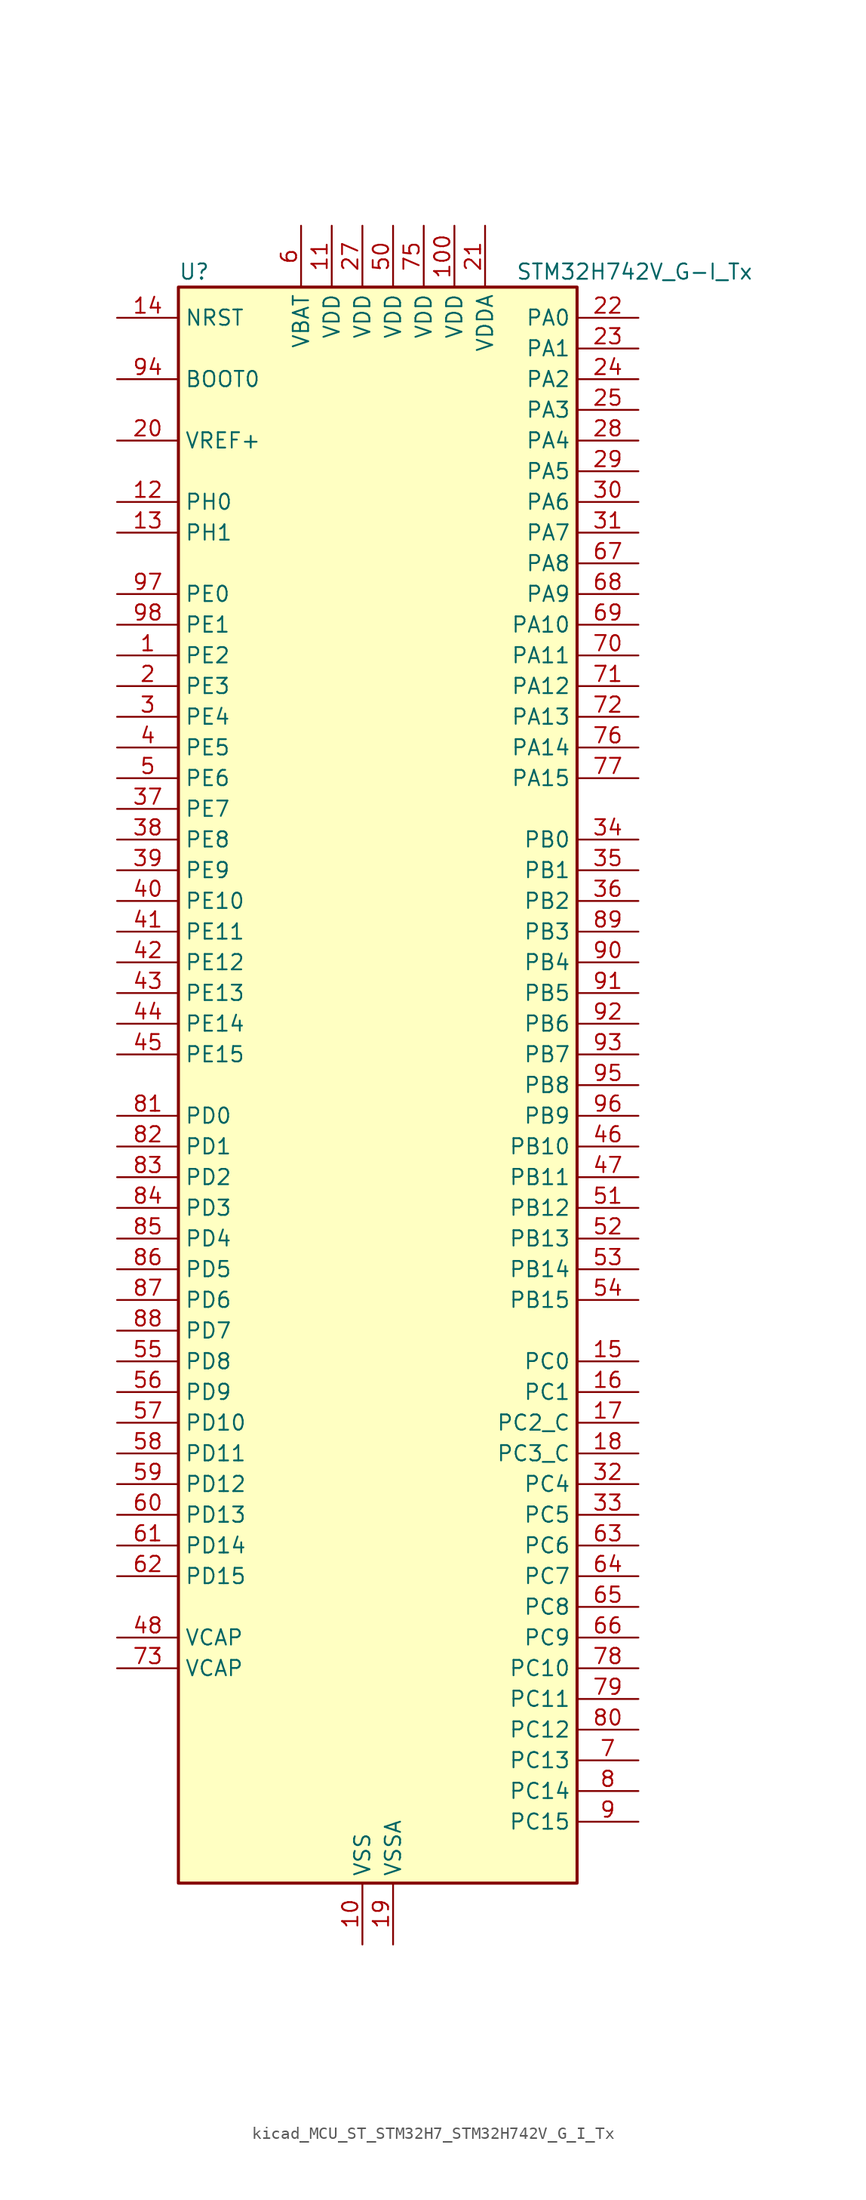
<source format=kicad_sym>
(kicad_symbol_lib
  (version 20220914)
  (generator kicad_symbol_editor)
  (symbol "kicad_MCU_ST_STM32H7_STM32H742V_G_I_Tx"
    (property "Reference" "U"
      (at -15.24 67.31 0)
      (effects (font (size 1.27 1.27)) (justify left)))
    (property "Value" "STM32H742V_G-I_Tx"
      (at 12.7 67.31 0)
      (effects (font (size 1.27 1.27)) (justify left)))
    (property "ki_locked" ""
      (at 0 0 0)
      (effects (font (size 1.27 1.27))))
    (symbol "kicad_MCU_ST_STM32H7_STM32H742V_G_I_Tx_0_1"
      (rectangle (start -15.24 -66.04) (end 17.78 66.04) (stroke (width 0.254) (type default)) (fill (type background))))
    (symbol "kicad_MCU_ST_STM32H7_STM32H742V_G_I_Tx_1_1"
      (pin bidirectional line (at -20.32 35.56 0) (length 5.08) (name "PE2" (effects (font (size 1.27 1.27)))) (number "1" (effects (font (size 1.27 1.27)))) (alternate "DEBUG_TRACECLK" bidirectional line) (alternate "ETH_TXD3" bidirectional line) (alternate "FMC_A23" bidirectional line) (alternate "QUADSPI_BK1_IO2" bidirectional line) (alternate "SAI1_CK1" bidirectional line) (alternate "SAI1_MCLK_A" bidirectional line) (alternate "SAI4_CK1" bidirectional line) (alternate "SAI4_MCLK_A" bidirectional line) (alternate "SPI4_SCK" bidirectional line))
      (pin power_in line (at 0 -71.12 90) (length 5.08) (name "VSS" (effects (font (size 1.27 1.27)))) (number "10" (effects (font (size 1.27 1.27)))))
      (pin power_in line (at 7.62 71.12 270) (length 5.08) (name "VDD" (effects (font (size 1.27 1.27)))) (number "100" (effects (font (size 1.27 1.27)))))
      (pin power_in line (at -2.54 71.12 270) (length 5.08) (name "VDD" (effects (font (size 1.27 1.27)))) (number "11" (effects (font (size 1.27 1.27)))))
      (pin bidirectional line (at -20.32 48.26 0) (length 5.08) (name "PH0" (effects (font (size 1.27 1.27)))) (number "12" (effects (font (size 1.27 1.27)))) (alternate "RCC_OSC_IN" bidirectional line))
      (pin bidirectional line (at -20.32 45.72 0) (length 5.08) (name "PH1" (effects (font (size 1.27 1.27)))) (number "13" (effects (font (size 1.27 1.27)))) (alternate "RCC_OSC_OUT" bidirectional line))
      (pin input line (at -20.32 63.5 0) (length 5.08) (name "NRST" (effects (font (size 1.27 1.27)))) (number "14" (effects (font (size 1.27 1.27)))))
      (pin bidirectional line (at 22.86 -22.86 180) (length 5.08) (name "PC0" (effects (font (size 1.27 1.27)))) (number "15" (effects (font (size 1.27 1.27)))) (alternate "ADC1_INP10" bidirectional line) (alternate "ADC2_INP10" bidirectional line) (alternate "ADC3_INP10" bidirectional line) (alternate "DFSDM1_CKIN0" bidirectional line) (alternate "DFSDM1_DATIN4" bidirectional line) (alternate "FMC_SDNWE" bidirectional line) (alternate "SAI2_FS_B" bidirectional line) (alternate "USB_OTG_HS_ULPI_STP" bidirectional line))
      (pin bidirectional line (at 22.86 -25.4 180) (length 5.08) (name "PC1" (effects (font (size 1.27 1.27)))) (number "16" (effects (font (size 1.27 1.27)))) (alternate "ADC1_INN10" bidirectional line) (alternate "ADC1_INP11" bidirectional line) (alternate "ADC2_INN10" bidirectional line) (alternate "ADC2_INP11" bidirectional line) (alternate "ADC3_INN10" bidirectional line) (alternate "ADC3_INP11" bidirectional line) (alternate "DEBUG_TRACED0" bidirectional line) (alternate "DFSDM1_CKIN4" bidirectional line) (alternate "DFSDM1_DATIN0" bidirectional line) (alternate "ETH_MDC" bidirectional line) (alternate "I2S2_SDO" bidirectional line) (alternate "MDIOS_MDC" bidirectional line) (alternate "PWR_WKUP5" bidirectional line) (alternate "RTC_TAMP3" bidirectional line) (alternate "SAI1_D1" bidirectional line) (alternate "SAI1_SD_A" bidirectional line) (alternate "SAI4_D1" bidirectional line) (alternate "SAI4_SD_A" bidirectional line) (alternate "SDMMC2_CK" bidirectional line) (alternate "SPI2_MOSI" bidirectional line))
      (pin bidirectional line (at 22.86 -27.94 180) (length 5.08) (name "PC2_C" (effects (font (size 1.27 1.27)))) (number "17" (effects (font (size 1.27 1.27)))) (alternate "ADC3_INN1" bidirectional line) (alternate "ADC3_INP0" bidirectional line) (alternate "DFSDM1_CKIN1" bidirectional line) (alternate "DFSDM1_CKOUT" bidirectional line) (alternate "ETH_TXD2" bidirectional line) (alternate "FMC_SDNE0" bidirectional line) (alternate "I2S2_SDI" bidirectional line) (alternate "PWR_CSTOP" bidirectional line) (alternate "SPI2_MISO" bidirectional line) (alternate "USB_OTG_HS_ULPI_DIR" bidirectional line))
      (pin bidirectional line (at 22.86 -30.48 180) (length 5.08) (name "PC3_C" (effects (font (size 1.27 1.27)))) (number "18" (effects (font (size 1.27 1.27)))) (alternate "ADC3_INP1" bidirectional line) (alternate "DFSDM1_DATIN1" bidirectional line) (alternate "ETH_TX_CLK" bidirectional line) (alternate "FMC_SDCKE0" bidirectional line) (alternate "I2S2_SDO" bidirectional line) (alternate "PWR_CSLEEP" bidirectional line) (alternate "SPI2_MOSI" bidirectional line) (alternate "USB_OTG_HS_ULPI_NXT" bidirectional line))
      (pin power_in line (at 2.54 -71.12 90) (length 5.08) (name "VSSA" (effects (font (size 1.27 1.27)))) (number "19" (effects (font (size 1.27 1.27)))))
      (pin bidirectional line (at -20.32 33.02 0) (length 5.08) (name "PE3" (effects (font (size 1.27 1.27)))) (number "2" (effects (font (size 1.27 1.27)))) (alternate "DEBUG_TRACED0" bidirectional line) (alternate "FMC_A19" bidirectional line) (alternate "SAI1_SD_B" bidirectional line) (alternate "SAI4_SD_B" bidirectional line) (alternate "TIM15_BKIN" bidirectional line))
      (pin input line (at -20.32 53.34 0) (length 5.08) (name "VREF+" (effects (font (size 1.27 1.27)))) (number "20" (effects (font (size 1.27 1.27)))) (alternate "VREFBUF_OUT" bidirectional line))
      (pin power_in line (at 10.16 71.12 270) (length 5.08) (name "VDDA" (effects (font (size 1.27 1.27)))) (number "21" (effects (font (size 1.27 1.27)))))
      (pin bidirectional line (at 22.86 63.5 180) (length 5.08) (name "PA0" (effects (font (size 1.27 1.27)))) (number "22" (effects (font (size 1.27 1.27)))) (alternate "ADC1_INP16" bidirectional line) (alternate "ETH_CRS" bidirectional line) (alternate "PWR_WKUP0" bidirectional line) (alternate "SAI2_SD_B" bidirectional line) (alternate "SDMMC2_CMD" bidirectional line) (alternate "TIM15_BKIN" bidirectional line) (alternate "TIM2_CH1" bidirectional line) (alternate "TIM2_ETR" bidirectional line) (alternate "TIM5_CH1" bidirectional line) (alternate "TIM8_ETR" bidirectional line) (alternate "UART4_TX" bidirectional line) (alternate "USART2_CTS" bidirectional line) (alternate "USART2_NSS" bidirectional line))
      (pin bidirectional line (at 22.86 60.96 180) (length 5.08) (name "PA1" (effects (font (size 1.27 1.27)))) (number "23" (effects (font (size 1.27 1.27)))) (alternate "ADC1_INN16" bidirectional line) (alternate "ADC1_INP17" bidirectional line) (alternate "ETH_REF_CLK" bidirectional line) (alternate "ETH_RX_CLK" bidirectional line) (alternate "LPTIM3_OUT" bidirectional line) (alternate "QUADSPI_BK1_IO3" bidirectional line) (alternate "SAI2_MCLK_B" bidirectional line) (alternate "TIM15_CH1N" bidirectional line) (alternate "TIM2_CH2" bidirectional line) (alternate "TIM5_CH2" bidirectional line) (alternate "UART4_RX" bidirectional line) (alternate "USART2_DE" bidirectional line) (alternate "USART2_RTS" bidirectional line))
      (pin bidirectional line (at 22.86 58.42 180) (length 5.08) (name "PA2" (effects (font (size 1.27 1.27)))) (number "24" (effects (font (size 1.27 1.27)))) (alternate "ADC1_INP14" bidirectional line) (alternate "ADC2_INP14" bidirectional line) (alternate "ETH_MDIO" bidirectional line) (alternate "LPTIM4_OUT" bidirectional line) (alternate "MDIOS_MDIO" bidirectional line) (alternate "PWR_WKUP1" bidirectional line) (alternate "SAI2_SCK_B" bidirectional line) (alternate "TIM15_CH1" bidirectional line) (alternate "TIM2_CH3" bidirectional line) (alternate "TIM5_CH3" bidirectional line) (alternate "USART2_TX" bidirectional line))
      (pin bidirectional line (at 22.86 55.88 180) (length 5.08) (name "PA3" (effects (font (size 1.27 1.27)))) (number "25" (effects (font (size 1.27 1.27)))) (alternate "ADC1_INP15" bidirectional line) (alternate "ADC2_INP15" bidirectional line) (alternate "ETH_COL" bidirectional line) (alternate "LPTIM5_OUT" bidirectional line) (alternate "TIM15_CH2" bidirectional line) (alternate "TIM2_CH4" bidirectional line) (alternate "TIM5_CH4" bidirectional line) (alternate "USART2_RX" bidirectional line) (alternate "USB_OTG_HS_ULPI_D0" bidirectional line))
      (pin passive line (at 0 -71.12 90) (length 5.08) hide (name "VSS" (effects (font (size 1.27 1.27)))) (number "26" (effects (font (size 1.27 1.27)))))
      (pin power_in line (at 0 71.12 270) (length 5.08) (name "VDD" (effects (font (size 1.27 1.27)))) (number "27" (effects (font (size 1.27 1.27)))))
      (pin bidirectional line (at 22.86 53.34 180) (length 5.08) (name "PA4" (effects (font (size 1.27 1.27)))) (number "28" (effects (font (size 1.27 1.27)))) (alternate "ADC1_INP18" bidirectional line) (alternate "ADC2_INP18" bidirectional line) (alternate "DAC1_OUT1" bidirectional line) (alternate "DCMI_HSYNC" bidirectional line) (alternate "I2S1_WS" bidirectional line) (alternate "I2S3_WS" bidirectional line) (alternate "SPI1_NSS" bidirectional line) (alternate "SPI3_NSS" bidirectional line) (alternate "SPI6_NSS" bidirectional line) (alternate "TIM5_ETR" bidirectional line) (alternate "USART2_CK" bidirectional line) (alternate "USB_OTG_HS_SOF" bidirectional line))
      (pin bidirectional line (at 22.86 50.8 180) (length 5.08) (name "PA5" (effects (font (size 1.27 1.27)))) (number "29" (effects (font (size 1.27 1.27)))) (alternate "ADC1_INN18" bidirectional line) (alternate "ADC1_INP19" bidirectional line) (alternate "ADC2_INN18" bidirectional line) (alternate "ADC2_INP19" bidirectional line) (alternate "DAC1_OUT2" bidirectional line) (alternate "I2S1_CK" bidirectional line) (alternate "PWR_NDSTOP2" bidirectional line) (alternate "SPI1_SCK" bidirectional line) (alternate "SPI6_SCK" bidirectional line) (alternate "TIM2_CH1" bidirectional line) (alternate "TIM2_ETR" bidirectional line) (alternate "TIM8_CH1N" bidirectional line) (alternate "USB_OTG_HS_ULPI_CK" bidirectional line))
      (pin bidirectional line (at -20.32 30.48 0) (length 5.08) (name "PE4" (effects (font (size 1.27 1.27)))) (number "3" (effects (font (size 1.27 1.27)))) (alternate "DCMI_D4" bidirectional line) (alternate "DEBUG_TRACED1" bidirectional line) (alternate "DFSDM1_DATIN3" bidirectional line) (alternate "FMC_A20" bidirectional line) (alternate "SAI1_D2" bidirectional line) (alternate "SAI1_FS_A" bidirectional line) (alternate "SAI4_D2" bidirectional line) (alternate "SAI4_FS_A" bidirectional line) (alternate "SPI4_NSS" bidirectional line) (alternate "TIM15_CH1N" bidirectional line))
      (pin bidirectional line (at 22.86 48.26 180) (length 5.08) (name "PA6" (effects (font (size 1.27 1.27)))) (number "30" (effects (font (size 1.27 1.27)))) (alternate "ADC1_INP3" bidirectional line) (alternate "ADC2_INP3" bidirectional line) (alternate "DCMI_PIXCLK" bidirectional line) (alternate "I2S1_SDI" bidirectional line) (alternate "MDIOS_MDC" bidirectional line) (alternate "SPI1_MISO" bidirectional line) (alternate "SPI6_MISO" bidirectional line) (alternate "TIM13_CH1" bidirectional line) (alternate "TIM1_BKIN" bidirectional line) (alternate "TIM1_BKIN_COMP1" bidirectional line) (alternate "TIM1_BKIN_COMP2" bidirectional line) (alternate "TIM3_CH1" bidirectional line) (alternate "TIM8_BKIN" bidirectional line) (alternate "TIM8_BKIN_COMP1" bidirectional line) (alternate "TIM8_BKIN_COMP2" bidirectional line))
      (pin bidirectional line (at 22.86 45.72 180) (length 5.08) (name "PA7" (effects (font (size 1.27 1.27)))) (number "31" (effects (font (size 1.27 1.27)))) (alternate "ADC1_INN3" bidirectional line) (alternate "ADC1_INP7" bidirectional line) (alternate "ADC2_INN3" bidirectional line) (alternate "ADC2_INP7" bidirectional line) (alternate "ETH_CRS_DV" bidirectional line) (alternate "ETH_RX_DV" bidirectional line) (alternate "FMC_SDNWE" bidirectional line) (alternate "I2S1_SDO" bidirectional line) (alternate "OPAMP1_VINM" bidirectional line) (alternate "OPAMP1_VINM1" bidirectional line) (alternate "SPI1_MOSI" bidirectional line) (alternate "SPI6_MOSI" bidirectional line) (alternate "TIM14_CH1" bidirectional line) (alternate "TIM1_CH1N" bidirectional line) (alternate "TIM3_CH2" bidirectional line) (alternate "TIM8_CH1N" bidirectional line))
      (pin bidirectional line (at 22.86 -33.02 180) (length 5.08) (name "PC4" (effects (font (size 1.27 1.27)))) (number "32" (effects (font (size 1.27 1.27)))) (alternate "ADC1_INP4" bidirectional line) (alternate "ADC2_INP4" bidirectional line) (alternate "COMP1_INM" bidirectional line) (alternate "DFSDM1_CKIN2" bidirectional line) (alternate "ETH_RXD0" bidirectional line) (alternate "FMC_SDNE0" bidirectional line) (alternate "I2S1_MCK" bidirectional line) (alternate "OPAMP1_VOUT" bidirectional line) (alternate "SPDIFRX1_IN2" bidirectional line))
      (pin bidirectional line (at 22.86 -35.56 180) (length 5.08) (name "PC5" (effects (font (size 1.27 1.27)))) (number "33" (effects (font (size 1.27 1.27)))) (alternate "ADC1_INN4" bidirectional line) (alternate "ADC1_INP8" bidirectional line) (alternate "ADC2_INN4" bidirectional line) (alternate "ADC2_INP8" bidirectional line) (alternate "COMP1_OUT" bidirectional line) (alternate "DFSDM1_DATIN2" bidirectional line) (alternate "ETH_RXD1" bidirectional line) (alternate "FMC_SDCKE0" bidirectional line) (alternate "OPAMP1_VINM" bidirectional line) (alternate "OPAMP1_VINM0" bidirectional line) (alternate "SAI1_D3" bidirectional line) (alternate "SAI4_D3" bidirectional line) (alternate "SPDIFRX1_IN3" bidirectional line))
      (pin bidirectional line (at 22.86 20.32 180) (length 5.08) (name "PB0" (effects (font (size 1.27 1.27)))) (number "34" (effects (font (size 1.27 1.27)))) (alternate "ADC1_INN5" bidirectional line) (alternate "ADC1_INP9" bidirectional line) (alternate "ADC2_INN5" bidirectional line) (alternate "ADC2_INP9" bidirectional line) (alternate "COMP1_INP" bidirectional line) (alternate "DFSDM1_CKOUT" bidirectional line) (alternate "ETH_RXD2" bidirectional line) (alternate "OPAMP1_VINP" bidirectional line) (alternate "TIM1_CH2N" bidirectional line) (alternate "TIM3_CH3" bidirectional line) (alternate "TIM8_CH2N" bidirectional line) (alternate "UART4_CTS" bidirectional line) (alternate "USB_OTG_HS_ULPI_D1" bidirectional line))
      (pin bidirectional line (at 22.86 17.78 180) (length 5.08) (name "PB1" (effects (font (size 1.27 1.27)))) (number "35" (effects (font (size 1.27 1.27)))) (alternate "ADC1_INP5" bidirectional line) (alternate "ADC2_INP5" bidirectional line) (alternate "COMP1_INM" bidirectional line) (alternate "DFSDM1_DATIN1" bidirectional line) (alternate "ETH_RXD3" bidirectional line) (alternate "TIM1_CH3N" bidirectional line) (alternate "TIM3_CH4" bidirectional line) (alternate "TIM8_CH3N" bidirectional line) (alternate "USB_OTG_HS_ULPI_D2" bidirectional line))
      (pin bidirectional line (at 22.86 15.24 180) (length 5.08) (name "PB2" (effects (font (size 1.27 1.27)))) (number "36" (effects (font (size 1.27 1.27)))) (alternate "COMP1_INP" bidirectional line) (alternate "DFSDM1_CKIN1" bidirectional line) (alternate "I2S3_SDO" bidirectional line) (alternate "QUADSPI_CLK" bidirectional line) (alternate "RTC_OUT_ALARM" bidirectional line) (alternate "RTC_OUT_CALIB" bidirectional line) (alternate "SAI1_D1" bidirectional line) (alternate "SAI1_SD_A" bidirectional line) (alternate "SAI4_D1" bidirectional line) (alternate "SAI4_SD_A" bidirectional line) (alternate "SPI3_MOSI" bidirectional line))
      (pin bidirectional line (at -20.32 22.86 0) (length 5.08) (name "PE7" (effects (font (size 1.27 1.27)))) (number "37" (effects (font (size 1.27 1.27)))) (alternate "COMP2_INM" bidirectional line) (alternate "DFSDM1_DATIN2" bidirectional line) (alternate "FMC_D4" bidirectional line) (alternate "FMC_DA4" bidirectional line) (alternate "OPAMP2_VOUT" bidirectional line) (alternate "QUADSPI_BK2_IO0" bidirectional line) (alternate "TIM1_ETR" bidirectional line) (alternate "UART7_RX" bidirectional line))
      (pin bidirectional line (at -20.32 20.32 0) (length 5.08) (name "PE8" (effects (font (size 1.27 1.27)))) (number "38" (effects (font (size 1.27 1.27)))) (alternate "COMP2_OUT" bidirectional line) (alternate "DFSDM1_CKIN2" bidirectional line) (alternate "FMC_D5" bidirectional line) (alternate "FMC_DA5" bidirectional line) (alternate "OPAMP2_VINM" bidirectional line) (alternate "OPAMP2_VINM0" bidirectional line) (alternate "QUADSPI_BK2_IO1" bidirectional line) (alternate "TIM1_CH1N" bidirectional line) (alternate "UART7_TX" bidirectional line))
      (pin bidirectional line (at -20.32 17.78 0) (length 5.08) (name "PE9" (effects (font (size 1.27 1.27)))) (number "39" (effects (font (size 1.27 1.27)))) (alternate "COMP2_INP" bidirectional line) (alternate "DAC1_EXTI9" bidirectional line) (alternate "DFSDM1_CKOUT" bidirectional line) (alternate "FMC_D6" bidirectional line) (alternate "FMC_DA6" bidirectional line) (alternate "OPAMP2_VINP" bidirectional line) (alternate "QUADSPI_BK2_IO2" bidirectional line) (alternate "TIM1_CH1" bidirectional line) (alternate "UART7_DE" bidirectional line) (alternate "UART7_RTS" bidirectional line))
      (pin bidirectional line (at -20.32 27.94 0) (length 5.08) (name "PE5" (effects (font (size 1.27 1.27)))) (number "4" (effects (font (size 1.27 1.27)))) (alternate "DCMI_D6" bidirectional line) (alternate "DEBUG_TRACED2" bidirectional line) (alternate "DFSDM1_CKIN3" bidirectional line) (alternate "FMC_A21" bidirectional line) (alternate "SAI1_CK2" bidirectional line) (alternate "SAI1_SCK_A" bidirectional line) (alternate "SAI4_CK2" bidirectional line) (alternate "SAI4_SCK_A" bidirectional line) (alternate "SPI4_MISO" bidirectional line) (alternate "TIM15_CH1" bidirectional line))
      (pin bidirectional line (at -20.32 15.24 0) (length 5.08) (name "PE10" (effects (font (size 1.27 1.27)))) (number "40" (effects (font (size 1.27 1.27)))) (alternate "COMP2_INM" bidirectional line) (alternate "DFSDM1_DATIN4" bidirectional line) (alternate "FMC_D7" bidirectional line) (alternate "FMC_DA7" bidirectional line) (alternate "QUADSPI_BK2_IO3" bidirectional line) (alternate "TIM1_CH2N" bidirectional line) (alternate "UART7_CTS" bidirectional line))
      (pin bidirectional line (at -20.32 12.7 0) (length 5.08) (name "PE11" (effects (font (size 1.27 1.27)))) (number "41" (effects (font (size 1.27 1.27)))) (alternate "ADC1_EXTI11" bidirectional line) (alternate "ADC2_EXTI11" bidirectional line) (alternate "ADC3_EXTI11" bidirectional line) (alternate "COMP2_INP" bidirectional line) (alternate "DFSDM1_CKIN4" bidirectional line) (alternate "FMC_D8" bidirectional line) (alternate "FMC_DA8" bidirectional line) (alternate "SAI2_SD_B" bidirectional line) (alternate "SPI4_NSS" bidirectional line) (alternate "TIM1_CH2" bidirectional line))
      (pin bidirectional line (at -20.32 10.16 0) (length 5.08) (name "PE12" (effects (font (size 1.27 1.27)))) (number "42" (effects (font (size 1.27 1.27)))) (alternate "COMP1_OUT" bidirectional line) (alternate "DFSDM1_DATIN5" bidirectional line) (alternate "FMC_D9" bidirectional line) (alternate "FMC_DA9" bidirectional line) (alternate "SAI2_SCK_B" bidirectional line) (alternate "SPI4_SCK" bidirectional line) (alternate "TIM1_CH3N" bidirectional line))
      (pin bidirectional line (at -20.32 7.62 0) (length 5.08) (name "PE13" (effects (font (size 1.27 1.27)))) (number "43" (effects (font (size 1.27 1.27)))) (alternate "COMP2_OUT" bidirectional line) (alternate "DFSDM1_CKIN5" bidirectional line) (alternate "FMC_D10" bidirectional line) (alternate "FMC_DA10" bidirectional line) (alternate "SAI2_FS_B" bidirectional line) (alternate "SPI4_MISO" bidirectional line) (alternate "TIM1_CH3" bidirectional line))
      (pin bidirectional line (at -20.32 5.08 0) (length 5.08) (name "PE14" (effects (font (size 1.27 1.27)))) (number "44" (effects (font (size 1.27 1.27)))) (alternate "FMC_D11" bidirectional line) (alternate "FMC_DA11" bidirectional line) (alternate "SAI2_MCLK_B" bidirectional line) (alternate "SPI4_MOSI" bidirectional line) (alternate "TIM1_CH4" bidirectional line))
      (pin bidirectional line (at -20.32 2.54 0) (length 5.08) (name "PE15" (effects (font (size 1.27 1.27)))) (number "45" (effects (font (size 1.27 1.27)))) (alternate "ADC1_EXTI15" bidirectional line) (alternate "ADC2_EXTI15" bidirectional line) (alternate "ADC3_EXTI15" bidirectional line) (alternate "FMC_D12" bidirectional line) (alternate "FMC_DA12" bidirectional line) (alternate "TIM1_BKIN" bidirectional line) (alternate "TIM1_BKIN_COMP1" bidirectional line) (alternate "TIM1_BKIN_COMP2" bidirectional line))
      (pin bidirectional line (at 22.86 -5.08 180) (length 5.08) (name "PB10" (effects (font (size 1.27 1.27)))) (number "46" (effects (font (size 1.27 1.27)))) (alternate "DFSDM1_DATIN7" bidirectional line) (alternate "ETH_RX_ER" bidirectional line) (alternate "HRTIM_SCOUT" bidirectional line) (alternate "I2C2_SCL" bidirectional line) (alternate "I2S2_CK" bidirectional line) (alternate "LPTIM2_IN1" bidirectional line) (alternate "QUADSPI_BK1_NCS" bidirectional line) (alternate "SPI2_SCK" bidirectional line) (alternate "TIM2_CH3" bidirectional line) (alternate "USART3_TX" bidirectional line) (alternate "USB_OTG_HS_ULPI_D3" bidirectional line))
      (pin bidirectional line (at 22.86 -7.62 180) (length 5.08) (name "PB11" (effects (font (size 1.27 1.27)))) (number "47" (effects (font (size 1.27 1.27)))) (alternate "ADC1_EXTI11" bidirectional line) (alternate "ADC2_EXTI11" bidirectional line) (alternate "ADC3_EXTI11" bidirectional line) (alternate "DFSDM1_CKIN7" bidirectional line) (alternate "ETH_TX_EN" bidirectional line) (alternate "HRTIM_SCIN" bidirectional line) (alternate "I2C2_SDA" bidirectional line) (alternate "LPTIM2_ETR" bidirectional line) (alternate "TIM2_CH4" bidirectional line) (alternate "USART3_RX" bidirectional line) (alternate "USB_OTG_HS_ULPI_D4" bidirectional line))
      (pin power_out line (at -20.32 -45.72 0) (length 5.08) (name "VCAP" (effects (font (size 1.27 1.27)))) (number "48" (effects (font (size 1.27 1.27)))))
      (pin passive line (at 0 -71.12 90) (length 5.08) hide (name "VSS" (effects (font (size 1.27 1.27)))) (number "49" (effects (font (size 1.27 1.27)))))
      (pin bidirectional line (at -20.32 25.4 0) (length 5.08) (name "PE6" (effects (font (size 1.27 1.27)))) (number "5" (effects (font (size 1.27 1.27)))) (alternate "DCMI_D7" bidirectional line) (alternate "DEBUG_TRACED3" bidirectional line) (alternate "FMC_A22" bidirectional line) (alternate "SAI1_D1" bidirectional line) (alternate "SAI1_SD_A" bidirectional line) (alternate "SAI2_MCLK_B" bidirectional line) (alternate "SAI4_D1" bidirectional line) (alternate "SAI4_SD_A" bidirectional line) (alternate "SPI4_MOSI" bidirectional line) (alternate "TIM15_CH2" bidirectional line) (alternate "TIM1_BKIN2" bidirectional line) (alternate "TIM1_BKIN2_COMP1" bidirectional line) (alternate "TIM1_BKIN2_COMP2" bidirectional line))
      (pin power_in line (at 2.54 71.12 270) (length 5.08) (name "VDD" (effects (font (size 1.27 1.27)))) (number "50" (effects (font (size 1.27 1.27)))))
      (pin bidirectional line (at 22.86 -10.16 180) (length 5.08) (name "PB12" (effects (font (size 1.27 1.27)))) (number "51" (effects (font (size 1.27 1.27)))) (alternate "DFSDM1_DATIN1" bidirectional line) (alternate "ETH_TXD0" bidirectional line) (alternate "FDCAN2_RX" bidirectional line) (alternate "I2C2_SMBA" bidirectional line) (alternate "I2S2_WS" bidirectional line) (alternate "SPI2_NSS" bidirectional line) (alternate "TIM1_BKIN" bidirectional line) (alternate "TIM1_BKIN_COMP1" bidirectional line) (alternate "TIM1_BKIN_COMP2" bidirectional line) (alternate "UART5_RX" bidirectional line) (alternate "USART3_CK" bidirectional line) (alternate "USB_OTG_HS_ID" bidirectional line) (alternate "USB_OTG_HS_ULPI_D5" bidirectional line))
      (pin bidirectional line (at 22.86 -12.7 180) (length 5.08) (name "PB13" (effects (font (size 1.27 1.27)))) (number "52" (effects (font (size 1.27 1.27)))) (alternate "DFSDM1_CKIN1" bidirectional line) (alternate "ETH_TXD1" bidirectional line) (alternate "FDCAN2_TX" bidirectional line) (alternate "I2S2_CK" bidirectional line) (alternate "LPTIM2_OUT" bidirectional line) (alternate "SPI2_SCK" bidirectional line) (alternate "TIM1_CH1N" bidirectional line) (alternate "UART5_TX" bidirectional line) (alternate "USART3_CTS" bidirectional line) (alternate "USART3_NSS" bidirectional line) (alternate "USB_OTG_HS_ULPI_D6" bidirectional line) (alternate "USB_OTG_HS_VBUS" bidirectional line))
      (pin bidirectional line (at 22.86 -15.24 180) (length 5.08) (name "PB14" (effects (font (size 1.27 1.27)))) (number "53" (effects (font (size 1.27 1.27)))) (alternate "DFSDM1_DATIN2" bidirectional line) (alternate "I2S2_SDI" bidirectional line) (alternate "SDMMC2_D0" bidirectional line) (alternate "SPI2_MISO" bidirectional line) (alternate "TIM12_CH1" bidirectional line) (alternate "TIM1_CH2N" bidirectional line) (alternate "TIM8_CH2N" bidirectional line) (alternate "UART4_DE" bidirectional line) (alternate "UART4_RTS" bidirectional line) (alternate "USART1_TX" bidirectional line) (alternate "USART3_DE" bidirectional line) (alternate "USART3_RTS" bidirectional line) (alternate "USB_OTG_HS_DM" bidirectional line))
      (pin bidirectional line (at 22.86 -17.78 180) (length 5.08) (name "PB15" (effects (font (size 1.27 1.27)))) (number "54" (effects (font (size 1.27 1.27)))) (alternate "ADC1_EXTI15" bidirectional line) (alternate "ADC2_EXTI15" bidirectional line) (alternate "ADC3_EXTI15" bidirectional line) (alternate "DFSDM1_CKIN2" bidirectional line) (alternate "I2S2_SDO" bidirectional line) (alternate "RTC_REFIN" bidirectional line) (alternate "SDMMC2_D1" bidirectional line) (alternate "SPI2_MOSI" bidirectional line) (alternate "TIM12_CH2" bidirectional line) (alternate "TIM1_CH3N" bidirectional line) (alternate "TIM8_CH3N" bidirectional line) (alternate "UART4_CTS" bidirectional line) (alternate "USART1_RX" bidirectional line) (alternate "USB_OTG_HS_DP" bidirectional line))
      (pin bidirectional line (at -20.32 -22.86 0) (length 5.08) (name "PD8" (effects (font (size 1.27 1.27)))) (number "55" (effects (font (size 1.27 1.27)))) (alternate "DFSDM1_CKIN3" bidirectional line) (alternate "FMC_D13" bidirectional line) (alternate "FMC_DA13" bidirectional line) (alternate "SAI3_SCK_B" bidirectional line) (alternate "SPDIFRX1_IN1" bidirectional line) (alternate "USART3_TX" bidirectional line))
      (pin bidirectional line (at -20.32 -25.4 0) (length 5.08) (name "PD9" (effects (font (size 1.27 1.27)))) (number "56" (effects (font (size 1.27 1.27)))) (alternate "DAC1_EXTI9" bidirectional line) (alternate "DFSDM1_DATIN3" bidirectional line) (alternate "FMC_D14" bidirectional line) (alternate "FMC_DA14" bidirectional line) (alternate "SAI3_SD_B" bidirectional line) (alternate "USART3_RX" bidirectional line))
      (pin bidirectional line (at -20.32 -27.94 0) (length 5.08) (name "PD10" (effects (font (size 1.27 1.27)))) (number "57" (effects (font (size 1.27 1.27)))) (alternate "DFSDM1_CKOUT" bidirectional line) (alternate "FMC_D15" bidirectional line) (alternate "FMC_DA15" bidirectional line) (alternate "SAI3_FS_B" bidirectional line) (alternate "USART3_CK" bidirectional line))
      (pin bidirectional line (at -20.32 -30.48 0) (length 5.08) (name "PD11" (effects (font (size 1.27 1.27)))) (number "58" (effects (font (size 1.27 1.27)))) (alternate "ADC1_EXTI11" bidirectional line) (alternate "ADC2_EXTI11" bidirectional line) (alternate "ADC3_EXTI11" bidirectional line) (alternate "FMC_A16" bidirectional line) (alternate "FMC_CLE" bidirectional line) (alternate "I2C4_SMBA" bidirectional line) (alternate "LPTIM2_IN2" bidirectional line) (alternate "QUADSPI_BK1_IO0" bidirectional line) (alternate "SAI2_SD_A" bidirectional line) (alternate "USART3_CTS" bidirectional line) (alternate "USART3_NSS" bidirectional line))
      (pin bidirectional line (at -20.32 -33.02 0) (length 5.08) (name "PD12" (effects (font (size 1.27 1.27)))) (number "59" (effects (font (size 1.27 1.27)))) (alternate "FMC_A17" bidirectional line) (alternate "FMC_ALE" bidirectional line) (alternate "I2C4_SCL" bidirectional line) (alternate "LPTIM1_IN1" bidirectional line) (alternate "LPTIM2_IN1" bidirectional line) (alternate "QUADSPI_BK1_IO1" bidirectional line) (alternate "SAI2_FS_A" bidirectional line) (alternate "TIM4_CH1" bidirectional line) (alternate "USART3_DE" bidirectional line) (alternate "USART3_RTS" bidirectional line))
      (pin power_in line (at -5.08 71.12 270) (length 5.08) (name "VBAT" (effects (font (size 1.27 1.27)))) (number "6" (effects (font (size 1.27 1.27)))))
      (pin bidirectional line (at -20.32 -35.56 0) (length 5.08) (name "PD13" (effects (font (size 1.27 1.27)))) (number "60" (effects (font (size 1.27 1.27)))) (alternate "FMC_A18" bidirectional line) (alternate "I2C4_SDA" bidirectional line) (alternate "LPTIM1_OUT" bidirectional line) (alternate "QUADSPI_BK1_IO3" bidirectional line) (alternate "SAI2_SCK_A" bidirectional line) (alternate "TIM4_CH2" bidirectional line))
      (pin bidirectional line (at -20.32 -38.1 0) (length 5.08) (name "PD14" (effects (font (size 1.27 1.27)))) (number "61" (effects (font (size 1.27 1.27)))) (alternate "FMC_D0" bidirectional line) (alternate "FMC_DA0" bidirectional line) (alternate "SAI3_MCLK_B" bidirectional line) (alternate "TIM4_CH3" bidirectional line) (alternate "UART8_CTS" bidirectional line))
      (pin bidirectional line (at -20.32 -40.64 0) (length 5.08) (name "PD15" (effects (font (size 1.27 1.27)))) (number "62" (effects (font (size 1.27 1.27)))) (alternate "ADC1_EXTI15" bidirectional line) (alternate "ADC2_EXTI15" bidirectional line) (alternate "ADC3_EXTI15" bidirectional line) (alternate "FMC_D1" bidirectional line) (alternate "FMC_DA1" bidirectional line) (alternate "SAI3_MCLK_A" bidirectional line) (alternate "TIM4_CH4" bidirectional line) (alternate "UART8_DE" bidirectional line) (alternate "UART8_RTS" bidirectional line))
      (pin bidirectional line (at 22.86 -38.1 180) (length 5.08) (name "PC6" (effects (font (size 1.27 1.27)))) (number "63" (effects (font (size 1.27 1.27)))) (alternate "DCMI_D0" bidirectional line) (alternate "DFSDM1_CKIN3" bidirectional line) (alternate "FMC_NWAIT" bidirectional line) (alternate "HRTIM_CHA1" bidirectional line) (alternate "I2S2_MCK" bidirectional line) (alternate "SDMMC1_D0DIR" bidirectional line) (alternate "SDMMC1_D6" bidirectional line) (alternate "SDMMC2_D6" bidirectional line) (alternate "SWPMI1_IO" bidirectional line) (alternate "TIM3_CH1" bidirectional line) (alternate "TIM8_CH1" bidirectional line) (alternate "USART6_TX" bidirectional line))
      (pin bidirectional line (at 22.86 -40.64 180) (length 5.08) (name "PC7" (effects (font (size 1.27 1.27)))) (number "64" (effects (font (size 1.27 1.27)))) (alternate "DCMI_D1" bidirectional line) (alternate "DEBUG_TRGIO" bidirectional line) (alternate "DFSDM1_DATIN3" bidirectional line) (alternate "FMC_NE1" bidirectional line) (alternate "HRTIM_CHA2" bidirectional line) (alternate "I2S3_MCK" bidirectional line) (alternate "SDMMC1_D123DIR" bidirectional line) (alternate "SDMMC1_D7" bidirectional line) (alternate "SDMMC2_D7" bidirectional line) (alternate "SWPMI1_TX" bidirectional line) (alternate "TIM3_CH2" bidirectional line) (alternate "TIM8_CH2" bidirectional line) (alternate "USART6_RX" bidirectional line))
      (pin bidirectional line (at 22.86 -43.18 180) (length 5.08) (name "PC8" (effects (font (size 1.27 1.27)))) (number "65" (effects (font (size 1.27 1.27)))) (alternate "DCMI_D2" bidirectional line) (alternate "DEBUG_TRACED1" bidirectional line) (alternate "FMC_NCE" bidirectional line) (alternate "FMC_NE2" bidirectional line) (alternate "HRTIM_CHB1" bidirectional line) (alternate "SDMMC1_D0" bidirectional line) (alternate "SWPMI1_RX" bidirectional line) (alternate "TIM3_CH3" bidirectional line) (alternate "TIM8_CH3" bidirectional line) (alternate "UART5_DE" bidirectional line) (alternate "UART5_RTS" bidirectional line) (alternate "USART6_CK" bidirectional line))
      (pin bidirectional line (at 22.86 -45.72 180) (length 5.08) (name "PC9" (effects (font (size 1.27 1.27)))) (number "66" (effects (font (size 1.27 1.27)))) (alternate "DAC1_EXTI9" bidirectional line) (alternate "DCMI_D3" bidirectional line) (alternate "I2C3_SDA" bidirectional line) (alternate "I2S_CKIN" bidirectional line) (alternate "QUADSPI_BK1_IO0" bidirectional line) (alternate "RCC_MCO_2" bidirectional line) (alternate "SDMMC1_D1" bidirectional line) (alternate "SWPMI1_SUSPEND" bidirectional line) (alternate "TIM3_CH4" bidirectional line) (alternate "TIM8_CH4" bidirectional line) (alternate "UART5_CTS" bidirectional line))
      (pin bidirectional line (at 22.86 43.18 180) (length 5.08) (name "PA8" (effects (font (size 1.27 1.27)))) (number "67" (effects (font (size 1.27 1.27)))) (alternate "HRTIM_CHB2" bidirectional line) (alternate "I2C3_SCL" bidirectional line) (alternate "RCC_MCO_1" bidirectional line) (alternate "TIM1_CH1" bidirectional line) (alternate "TIM8_BKIN2" bidirectional line) (alternate "TIM8_BKIN2_COMP1" bidirectional line) (alternate "TIM8_BKIN2_COMP2" bidirectional line) (alternate "UART7_RX" bidirectional line) (alternate "USART1_CK" bidirectional line) (alternate "USB_OTG_FS_SOF" bidirectional line))
      (pin bidirectional line (at 22.86 40.64 180) (length 5.08) (name "PA9" (effects (font (size 1.27 1.27)))) (number "68" (effects (font (size 1.27 1.27)))) (alternate "DAC1_EXTI9" bidirectional line) (alternate "DCMI_D0" bidirectional line) (alternate "HRTIM_CHC1" bidirectional line) (alternate "I2C3_SMBA" bidirectional line) (alternate "I2S2_CK" bidirectional line) (alternate "LPUART1_TX" bidirectional line) (alternate "SPI2_SCK" bidirectional line) (alternate "TIM1_CH2" bidirectional line) (alternate "USART1_TX" bidirectional line) (alternate "USB_OTG_FS_VBUS" bidirectional line))
      (pin bidirectional line (at 22.86 38.1 180) (length 5.08) (name "PA10" (effects (font (size 1.27 1.27)))) (number "69" (effects (font (size 1.27 1.27)))) (alternate "DCMI_D1" bidirectional line) (alternate "HRTIM_CHC2" bidirectional line) (alternate "LPUART1_RX" bidirectional line) (alternate "MDIOS_MDIO" bidirectional line) (alternate "TIM1_CH3" bidirectional line) (alternate "USART1_RX" bidirectional line) (alternate "USB_OTG_FS_ID" bidirectional line))
      (pin bidirectional line (at 22.86 -55.88 180) (length 5.08) (name "PC13" (effects (font (size 1.27 1.27)))) (number "7" (effects (font (size 1.27 1.27)))) (alternate "PWR_WKUP2" bidirectional line) (alternate "RTC_OUT_ALARM" bidirectional line) (alternate "RTC_OUT_CALIB" bidirectional line) (alternate "RTC_TAMP1" bidirectional line) (alternate "RTC_TS" bidirectional line))
      (pin bidirectional line (at 22.86 35.56 180) (length 5.08) (name "PA11" (effects (font (size 1.27 1.27)))) (number "70" (effects (font (size 1.27 1.27)))) (alternate "ADC1_EXTI11" bidirectional line) (alternate "ADC2_EXTI11" bidirectional line) (alternate "ADC3_EXTI11" bidirectional line) (alternate "FDCAN1_RX" bidirectional line) (alternate "HRTIM_CHD1" bidirectional line) (alternate "I2S2_WS" bidirectional line) (alternate "LPUART1_CTS" bidirectional line) (alternate "SPI2_NSS" bidirectional line) (alternate "TIM1_CH4" bidirectional line) (alternate "UART4_RX" bidirectional line) (alternate "USART1_CTS" bidirectional line) (alternate "USART1_NSS" bidirectional line) (alternate "USB_OTG_FS_DM" bidirectional line))
      (pin bidirectional line (at 22.86 33.02 180) (length 5.08) (name "PA12" (effects (font (size 1.27 1.27)))) (number "71" (effects (font (size 1.27 1.27)))) (alternate "FDCAN1_TX" bidirectional line) (alternate "HRTIM_CHD2" bidirectional line) (alternate "I2S2_CK" bidirectional line) (alternate "LPUART1_DE" bidirectional line) (alternate "LPUART1_RTS" bidirectional line) (alternate "SAI2_FS_B" bidirectional line) (alternate "SPI2_SCK" bidirectional line) (alternate "TIM1_ETR" bidirectional line) (alternate "UART4_TX" bidirectional line) (alternate "USART1_DE" bidirectional line) (alternate "USART1_RTS" bidirectional line) (alternate "USB_OTG_FS_DP" bidirectional line))
      (pin bidirectional line (at 22.86 30.48 180) (length 5.08) (name "PA13" (effects (font (size 1.27 1.27)))) (number "72" (effects (font (size 1.27 1.27)))) (alternate "DEBUG_JTMS-SWDIO" bidirectional line))
      (pin power_out line (at -20.32 -48.26 0) (length 5.08) (name "VCAP" (effects (font (size 1.27 1.27)))) (number "73" (effects (font (size 1.27 1.27)))))
      (pin passive line (at 0 -71.12 90) (length 5.08) hide (name "VSS" (effects (font (size 1.27 1.27)))) (number "74" (effects (font (size 1.27 1.27)))))
      (pin power_in line (at 5.08 71.12 270) (length 5.08) (name "VDD" (effects (font (size 1.27 1.27)))) (number "75" (effects (font (size 1.27 1.27)))))
      (pin bidirectional line (at 22.86 27.94 180) (length 5.08) (name "PA14" (effects (font (size 1.27 1.27)))) (number "76" (effects (font (size 1.27 1.27)))) (alternate "DEBUG_JTCK-SWCLK" bidirectional line))
      (pin bidirectional line (at 22.86 25.4 180) (length 5.08) (name "PA15" (effects (font (size 1.27 1.27)))) (number "77" (effects (font (size 1.27 1.27)))) (alternate "ADC1_EXTI15" bidirectional line) (alternate "ADC2_EXTI15" bidirectional line) (alternate "ADC3_EXTI15" bidirectional line) (alternate "CEC" bidirectional line) (alternate "DEBUG_JTDI" bidirectional line) (alternate "HRTIM_FLT1" bidirectional line) (alternate "I2S1_WS" bidirectional line) (alternate "I2S3_WS" bidirectional line) (alternate "SPI1_NSS" bidirectional line) (alternate "SPI3_NSS" bidirectional line) (alternate "SPI6_NSS" bidirectional line) (alternate "TIM2_CH1" bidirectional line) (alternate "TIM2_ETR" bidirectional line) (alternate "UART4_DE" bidirectional line) (alternate "UART4_RTS" bidirectional line) (alternate "UART7_TX" bidirectional line))
      (pin bidirectional line (at 22.86 -48.26 180) (length 5.08) (name "PC10" (effects (font (size 1.27 1.27)))) (number "78" (effects (font (size 1.27 1.27)))) (alternate "DCMI_D8" bidirectional line) (alternate "DFSDM1_CKIN5" bidirectional line) (alternate "HRTIM_EEV1" bidirectional line) (alternate "I2S3_CK" bidirectional line) (alternate "QUADSPI_BK1_IO1" bidirectional line) (alternate "SDMMC1_D2" bidirectional line) (alternate "SPI3_SCK" bidirectional line) (alternate "UART4_TX" bidirectional line) (alternate "USART3_TX" bidirectional line))
      (pin bidirectional line (at 22.86 -50.8 180) (length 5.08) (name "PC11" (effects (font (size 1.27 1.27)))) (number "79" (effects (font (size 1.27 1.27)))) (alternate "ADC1_EXTI11" bidirectional line) (alternate "ADC2_EXTI11" bidirectional line) (alternate "ADC3_EXTI11" bidirectional line) (alternate "DCMI_D4" bidirectional line) (alternate "DFSDM1_DATIN5" bidirectional line) (alternate "HRTIM_FLT2" bidirectional line) (alternate "I2S3_SDI" bidirectional line) (alternate "QUADSPI_BK2_NCS" bidirectional line) (alternate "SDMMC1_D3" bidirectional line) (alternate "SPI3_MISO" bidirectional line) (alternate "UART4_RX" bidirectional line) (alternate "USART3_RX" bidirectional line))
      (pin bidirectional line (at 22.86 -58.42 180) (length 5.08) (name "PC14" (effects (font (size 1.27 1.27)))) (number "8" (effects (font (size 1.27 1.27)))) (alternate "RCC_OSC32_IN" bidirectional line))
      (pin bidirectional line (at 22.86 -53.34 180) (length 5.08) (name "PC12" (effects (font (size 1.27 1.27)))) (number "80" (effects (font (size 1.27 1.27)))) (alternate "DCMI_D9" bidirectional line) (alternate "DEBUG_TRACED3" bidirectional line) (alternate "HRTIM_EEV2" bidirectional line) (alternate "I2S3_SDO" bidirectional line) (alternate "SDMMC1_CK" bidirectional line) (alternate "SPI3_MOSI" bidirectional line) (alternate "UART5_TX" bidirectional line) (alternate "USART3_CK" bidirectional line))
      (pin bidirectional line (at -20.32 -2.54 0) (length 5.08) (name "PD0" (effects (font (size 1.27 1.27)))) (number "81" (effects (font (size 1.27 1.27)))) (alternate "DFSDM1_CKIN6" bidirectional line) (alternate "FDCAN1_RX" bidirectional line) (alternate "FMC_D2" bidirectional line) (alternate "FMC_DA2" bidirectional line) (alternate "SAI3_SCK_A" bidirectional line) (alternate "UART4_RX" bidirectional line))
      (pin bidirectional line (at -20.32 -5.08 0) (length 5.08) (name "PD1" (effects (font (size 1.27 1.27)))) (number "82" (effects (font (size 1.27 1.27)))) (alternate "DFSDM1_DATIN6" bidirectional line) (alternate "FDCAN1_TX" bidirectional line) (alternate "FMC_D3" bidirectional line) (alternate "FMC_DA3" bidirectional line) (alternate "SAI3_SD_A" bidirectional line) (alternate "UART4_TX" bidirectional line))
      (pin bidirectional line (at -20.32 -7.62 0) (length 5.08) (name "PD2" (effects (font (size 1.27 1.27)))) (number "83" (effects (font (size 1.27 1.27)))) (alternate "DCMI_D11" bidirectional line) (alternate "DEBUG_TRACED2" bidirectional line) (alternate "SDMMC1_CMD" bidirectional line) (alternate "TIM3_ETR" bidirectional line) (alternate "UART5_RX" bidirectional line))
      (pin bidirectional line (at -20.32 -10.16 0) (length 5.08) (name "PD3" (effects (font (size 1.27 1.27)))) (number "84" (effects (font (size 1.27 1.27)))) (alternate "DCMI_D5" bidirectional line) (alternate "DFSDM1_CKOUT" bidirectional line) (alternate "FMC_CLK" bidirectional line) (alternate "I2S2_CK" bidirectional line) (alternate "SPI2_SCK" bidirectional line) (alternate "USART2_CTS" bidirectional line) (alternate "USART2_NSS" bidirectional line))
      (pin bidirectional line (at -20.32 -12.7 0) (length 5.08) (name "PD4" (effects (font (size 1.27 1.27)))) (number "85" (effects (font (size 1.27 1.27)))) (alternate "FMC_NOE" bidirectional line) (alternate "HRTIM_FLT3" bidirectional line) (alternate "SAI3_FS_A" bidirectional line) (alternate "USART2_DE" bidirectional line) (alternate "USART2_RTS" bidirectional line))
      (pin bidirectional line (at -20.32 -15.24 0) (length 5.08) (name "PD5" (effects (font (size 1.27 1.27)))) (number "86" (effects (font (size 1.27 1.27)))) (alternate "FMC_NWE" bidirectional line) (alternate "HRTIM_EEV3" bidirectional line) (alternate "USART2_TX" bidirectional line))
      (pin bidirectional line (at -20.32 -17.78 0) (length 5.08) (name "PD6" (effects (font (size 1.27 1.27)))) (number "87" (effects (font (size 1.27 1.27)))) (alternate "DCMI_D10" bidirectional line) (alternate "DFSDM1_CKIN4" bidirectional line) (alternate "DFSDM1_DATIN1" bidirectional line) (alternate "FMC_NWAIT" bidirectional line) (alternate "I2S3_SDO" bidirectional line) (alternate "SAI1_D1" bidirectional line) (alternate "SAI1_SD_A" bidirectional line) (alternate "SAI4_D1" bidirectional line) (alternate "SAI4_SD_A" bidirectional line) (alternate "SDMMC2_CK" bidirectional line) (alternate "SPI3_MOSI" bidirectional line) (alternate "USART2_RX" bidirectional line))
      (pin bidirectional line (at -20.32 -20.32 0) (length 5.08) (name "PD7" (effects (font (size 1.27 1.27)))) (number "88" (effects (font (size 1.27 1.27)))) (alternate "DFSDM1_CKIN1" bidirectional line) (alternate "DFSDM1_DATIN4" bidirectional line) (alternate "FMC_NE1" bidirectional line) (alternate "I2S1_SDO" bidirectional line) (alternate "SDMMC2_CMD" bidirectional line) (alternate "SPDIFRX1_IN0" bidirectional line) (alternate "SPI1_MOSI" bidirectional line) (alternate "USART2_CK" bidirectional line))
      (pin bidirectional line (at 22.86 12.7 180) (length 5.08) (name "PB3" (effects (font (size 1.27 1.27)))) (number "89" (effects (font (size 1.27 1.27)))) (alternate "CRS_SYNC" bidirectional line) (alternate "DEBUG_JTDO-SWO" bidirectional line) (alternate "HRTIM_FLT4" bidirectional line) (alternate "I2S1_CK" bidirectional line) (alternate "I2S3_CK" bidirectional line) (alternate "SDMMC2_D2" bidirectional line) (alternate "SPI1_SCK" bidirectional line) (alternate "SPI3_SCK" bidirectional line) (alternate "SPI6_SCK" bidirectional line) (alternate "TIM2_CH2" bidirectional line) (alternate "UART7_RX" bidirectional line))
      (pin bidirectional line (at 22.86 -60.96 180) (length 5.08) (name "PC15" (effects (font (size 1.27 1.27)))) (number "9" (effects (font (size 1.27 1.27)))) (alternate "ADC1_EXTI15" bidirectional line) (alternate "ADC2_EXTI15" bidirectional line) (alternate "ADC3_EXTI15" bidirectional line) (alternate "RCC_OSC32_OUT" bidirectional line))
      (pin bidirectional line (at 22.86 10.16 180) (length 5.08) (name "PB4" (effects (font (size 1.27 1.27)))) (number "90" (effects (font (size 1.27 1.27)))) (alternate "DEBUG_JTRST" bidirectional line) (alternate "HRTIM_EEV6" bidirectional line) (alternate "I2S1_SDI" bidirectional line) (alternate "I2S2_WS" bidirectional line) (alternate "I2S3_SDI" bidirectional line) (alternate "SDMMC2_D3" bidirectional line) (alternate "SPI1_MISO" bidirectional line) (alternate "SPI2_NSS" bidirectional line) (alternate "SPI3_MISO" bidirectional line) (alternate "SPI6_MISO" bidirectional line) (alternate "TIM16_BKIN" bidirectional line) (alternate "TIM3_CH1" bidirectional line) (alternate "UART7_TX" bidirectional line))
      (pin bidirectional line (at 22.86 7.62 180) (length 5.08) (name "PB5" (effects (font (size 1.27 1.27)))) (number "91" (effects (font (size 1.27 1.27)))) (alternate "DCMI_D10" bidirectional line) (alternate "ETH_PPS_OUT" bidirectional line) (alternate "FDCAN2_RX" bidirectional line) (alternate "FMC_SDCKE1" bidirectional line) (alternate "HRTIM_EEV7" bidirectional line) (alternate "I2C1_SMBA" bidirectional line) (alternate "I2C4_SMBA" bidirectional line) (alternate "I2S1_SDO" bidirectional line) (alternate "I2S3_SDO" bidirectional line) (alternate "SPI1_MOSI" bidirectional line) (alternate "SPI3_MOSI" bidirectional line) (alternate "SPI6_MOSI" bidirectional line) (alternate "TIM17_BKIN" bidirectional line) (alternate "TIM3_CH2" bidirectional line) (alternate "UART5_RX" bidirectional line) (alternate "USB_OTG_HS_ULPI_D7" bidirectional line))
      (pin bidirectional line (at 22.86 5.08 180) (length 5.08) (name "PB6" (effects (font (size 1.27 1.27)))) (number "92" (effects (font (size 1.27 1.27)))) (alternate "CEC" bidirectional line) (alternate "DCMI_D5" bidirectional line) (alternate "DFSDM1_DATIN5" bidirectional line) (alternate "FDCAN2_TX" bidirectional line) (alternate "FMC_SDNE1" bidirectional line) (alternate "HRTIM_EEV8" bidirectional line) (alternate "I2C1_SCL" bidirectional line) (alternate "I2C4_SCL" bidirectional line) (alternate "LPUART1_TX" bidirectional line) (alternate "QUADSPI_BK1_NCS" bidirectional line) (alternate "TIM16_CH1N" bidirectional line) (alternate "TIM4_CH1" bidirectional line) (alternate "UART5_TX" bidirectional line) (alternate "USART1_TX" bidirectional line))
      (pin bidirectional line (at 22.86 2.54 180) (length 5.08) (name "PB7" (effects (font (size 1.27 1.27)))) (number "93" (effects (font (size 1.27 1.27)))) (alternate "DCMI_VSYNC" bidirectional line) (alternate "DFSDM1_CKIN5" bidirectional line) (alternate "FMC_NL" bidirectional line) (alternate "HRTIM_EEV9" bidirectional line) (alternate "I2C1_SDA" bidirectional line) (alternate "I2C4_SDA" bidirectional line) (alternate "LPUART1_RX" bidirectional line) (alternate "PWR_PVD_IN" bidirectional line) (alternate "TIM17_CH1N" bidirectional line) (alternate "TIM4_CH2" bidirectional line) (alternate "USART1_RX" bidirectional line))
      (pin input line (at -20.32 58.42 0) (length 5.08) (name "BOOT0" (effects (font (size 1.27 1.27)))) (number "94" (effects (font (size 1.27 1.27)))))
      (pin bidirectional line (at 22.86 0 180) (length 5.08) (name "PB8" (effects (font (size 1.27 1.27)))) (number "95" (effects (font (size 1.27 1.27)))) (alternate "DCMI_D6" bidirectional line) (alternate "DFSDM1_CKIN7" bidirectional line) (alternate "ETH_TXD3" bidirectional line) (alternate "FDCAN1_RX" bidirectional line) (alternate "I2C1_SCL" bidirectional line) (alternate "I2C4_SCL" bidirectional line) (alternate "SDMMC1_CKIN" bidirectional line) (alternate "SDMMC1_D4" bidirectional line) (alternate "SDMMC2_D4" bidirectional line) (alternate "TIM16_CH1" bidirectional line) (alternate "TIM4_CH3" bidirectional line) (alternate "UART4_RX" bidirectional line))
      (pin bidirectional line (at 22.86 -2.54 180) (length 5.08) (name "PB9" (effects (font (size 1.27 1.27)))) (number "96" (effects (font (size 1.27 1.27)))) (alternate "DAC1_EXTI9" bidirectional line) (alternate "DCMI_D7" bidirectional line) (alternate "DFSDM1_DATIN7" bidirectional line) (alternate "FDCAN1_TX" bidirectional line) (alternate "I2C1_SDA" bidirectional line) (alternate "I2C4_SDA" bidirectional line) (alternate "I2C4_SMBA" bidirectional line) (alternate "I2S2_WS" bidirectional line) (alternate "SDMMC1_CDIR" bidirectional line) (alternate "SDMMC1_D5" bidirectional line) (alternate "SDMMC2_D5" bidirectional line) (alternate "SPI2_NSS" bidirectional line) (alternate "TIM17_CH1" bidirectional line) (alternate "TIM4_CH4" bidirectional line) (alternate "UART4_TX" bidirectional line))
      (pin bidirectional line (at -20.32 40.64 0) (length 5.08) (name "PE0" (effects (font (size 1.27 1.27)))) (number "97" (effects (font (size 1.27 1.27)))) (alternate "DCMI_D2" bidirectional line) (alternate "FMC_NBL0" bidirectional line) (alternate "HRTIM_SCIN" bidirectional line) (alternate "LPTIM1_ETR" bidirectional line) (alternate "LPTIM2_ETR" bidirectional line) (alternate "SAI2_MCLK_A" bidirectional line) (alternate "TIM4_ETR" bidirectional line) (alternate "UART8_RX" bidirectional line))
      (pin bidirectional line (at -20.32 38.1 0) (length 5.08) (name "PE1" (effects (font (size 1.27 1.27)))) (number "98" (effects (font (size 1.27 1.27)))) (alternate "DCMI_D3" bidirectional line) (alternate "FMC_NBL1" bidirectional line) (alternate "HRTIM_SCOUT" bidirectional line) (alternate "LPTIM1_IN2" bidirectional line) (alternate "UART8_TX" bidirectional line))
      (pin passive line (at 0 -71.12 90) (length 5.08) hide (name "VSS" (effects (font (size 1.27 1.27)))) (number "99" (effects (font (size 1.27 1.27))))))))
</source>
